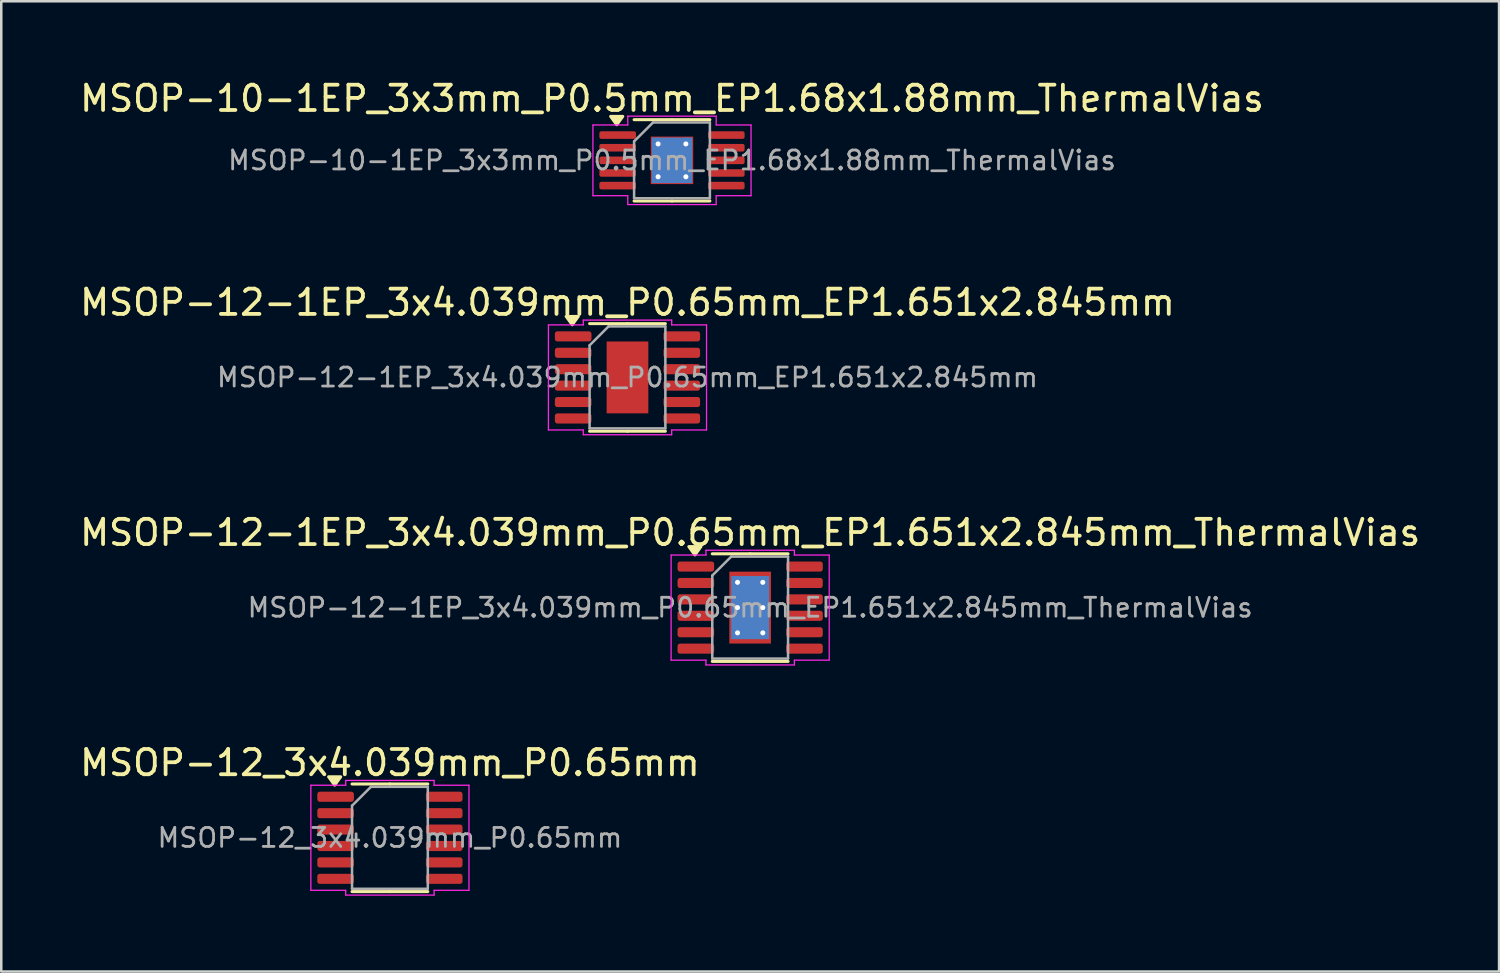
<source format=kicad_pcb>
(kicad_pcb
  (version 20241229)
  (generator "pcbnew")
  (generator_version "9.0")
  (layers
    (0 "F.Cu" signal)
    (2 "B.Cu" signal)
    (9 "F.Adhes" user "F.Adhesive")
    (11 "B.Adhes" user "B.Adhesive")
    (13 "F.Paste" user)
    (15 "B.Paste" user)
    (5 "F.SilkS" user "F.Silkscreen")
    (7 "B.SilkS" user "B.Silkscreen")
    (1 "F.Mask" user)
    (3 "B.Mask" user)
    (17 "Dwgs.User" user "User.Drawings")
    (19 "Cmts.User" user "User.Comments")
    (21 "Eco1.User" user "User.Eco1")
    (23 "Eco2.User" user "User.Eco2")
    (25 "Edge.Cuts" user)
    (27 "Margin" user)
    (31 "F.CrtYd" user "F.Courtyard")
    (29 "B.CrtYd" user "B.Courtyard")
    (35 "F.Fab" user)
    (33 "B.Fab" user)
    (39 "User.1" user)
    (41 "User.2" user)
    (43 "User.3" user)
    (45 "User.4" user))
  (footprint "MSOP-12_3x4.039mm_P0.65mm"
    (layer "F.Cu")
    (at 12.387 30.118)
    (property "Reference" "MSOP-12_3x4.039mm_P0.65mm" (at 0 -2.97 0) (layer "F.SilkS") (effects (font (size 1 1) (thickness 0.15))))
    (attr smd)
    (fp_line (start 0 -2.13) (end -1.5 -2.13) (stroke (width 0.12) (type solid)) (layer "F.SilkS"))
    (fp_line (start 0 -2.13) (end 1.5 -2.13) (stroke (width 0.12) (type solid)) (layer "F.SilkS"))
    (fp_line (start 0 2.13) (end -1.5 2.13) (stroke (width 0.12) (type solid)) (layer "F.SilkS"))
    (fp_line (start 0 2.13) (end 1.5 2.13) (stroke (width 0.12) (type solid)) (layer "F.SilkS"))
    (fp_poly (pts (xy -2.188 -2.085) (xy -2.428 -2.415) (xy -1.948 -2.415)) (stroke (width 0.12) (type solid)) (fill yes) (layer "F.SilkS"))
    (fp_line (start -3.13 -2.08) (end -1.75 -2.08) (stroke (width 0.05) (type solid)) (layer "F.CrtYd"))
    (fp_line (start -3.13 2.08) (end -3.13 -2.08) (stroke (width 0.05) (type solid)) (layer "F.CrtYd"))
    (fp_line (start -1.75 -2.27) (end 1.75 -2.27) (stroke (width 0.05) (type solid)) (layer "F.CrtYd"))
    (fp_line (start -1.75 -2.08) (end -1.75 -2.27) (stroke (width 0.05) (type solid)) (layer "F.CrtYd"))
    (fp_line (start -1.75 2.08) (end -3.13 2.08) (stroke (width 0.05) (type solid)) (layer "F.CrtYd"))
    (fp_line (start -1.75 2.27) (end -1.75 2.08) (stroke (width 0.05) (type solid)) (layer "F.CrtYd"))
    (fp_line (start 1.75 -2.27) (end 1.75 -2.08) (stroke (width 0.05) (type solid)) (layer "F.CrtYd"))
    (fp_line (start 1.75 -2.08) (end 3.13 -2.08) (stroke (width 0.05) (type solid)) (layer "F.CrtYd"))
    (fp_line (start 1.75 2.08) (end 1.75 2.27) (stroke (width 0.05) (type solid)) (layer "F.CrtYd"))
    (fp_line (start 1.75 2.27) (end -1.75 2.27) (stroke (width 0.05) (type solid)) (layer "F.CrtYd"))
    (fp_line (start 3.13 -2.08) (end 3.13 2.08) (stroke (width 0.05) (type solid)) (layer "F.CrtYd"))
    (fp_line (start 3.13 2.08) (end 1.75 2.08) (stroke (width 0.05) (type solid)) (layer "F.CrtYd"))
    (fp_line (start -1.5 -1.27) (end -0.75 -2.019) (stroke (width 0.1) (type solid)) (layer "F.Fab"))
    (fp_line (start -1.5 2.019) (end -1.5 -1.27) (stroke (width 0.1) (type solid)) (layer "F.Fab"))
    (fp_line (start -0.75 -2.019) (end 1.5 -2.019) (stroke (width 0.1) (type solid)) (layer "F.Fab"))
    (fp_line (start 1.5 -2.019) (end 1.5 2.019) (stroke (width 0.1) (type solid)) (layer "F.Fab"))
    (fp_line (start 1.5 2.019) (end -1.5 2.019) (stroke (width 0.1) (type solid)) (layer "F.Fab"))
    (fp_text user "${REFERENCE}" (at 0 0 0) (layer "F.Fab") (effects (font (size 0.75 0.75) (thickness 0.11))))
    (pad "1" smd roundrect (at -2.15 -1.625) (size 1.45 0.4) (layers "F.Cu" "F.Mask" "F.Paste") (roundrect_rratio 0.25))
    (pad "2" smd roundrect (at -2.15 -0.975) (size 1.45 0.4) (layers "F.Cu" "F.Mask" "F.Paste") (roundrect_rratio 0.25))
    (pad "3" smd roundrect (at -2.15 -0.325) (size 1.45 0.4) (layers "F.Cu" "F.Mask" "F.Paste") (roundrect_rratio 0.25))
    (pad "4" smd roundrect (at -2.15 0.325) (size 1.45 0.4) (layers "F.Cu" "F.Mask" "F.Paste") (roundrect_rratio 0.25))
    (pad "5" smd roundrect (at -2.15 0.975) (size 1.45 0.4) (layers "F.Cu" "F.Mask" "F.Paste") (roundrect_rratio 0.25))
    (pad "6" smd roundrect (at -2.15 1.625) (size 1.45 0.4) (layers "F.Cu" "F.Mask" "F.Paste") (roundrect_rratio 0.25))
    (pad "7" smd roundrect (at 2.15 1.625) (size 1.45 0.4) (layers "F.Cu" "F.Mask" "F.Paste") (roundrect_rratio 0.25))
    (pad "8" smd roundrect (at 2.15 0.975) (size 1.45 0.4) (layers "F.Cu" "F.Mask" "F.Paste") (roundrect_rratio 0.25))
    (pad "9" smd roundrect (at 2.15 0.325) (size 1.45 0.4) (layers "F.Cu" "F.Mask" "F.Paste") (roundrect_rratio 0.25))
    (pad "10" smd roundrect (at 2.15 -0.325) (size 1.45 0.4) (layers "F.Cu" "F.Mask" "F.Paste") (roundrect_rratio 0.25))
    (pad "11" smd roundrect (at 2.15 -0.975) (size 1.45 0.4) (layers "F.Cu" "F.Mask" "F.Paste") (roundrect_rratio 0.25))
    (pad "12" smd roundrect (at 2.15 -1.625) (size 1.45 0.4) (layers "F.Cu" "F.Mask" "F.Paste") (roundrect_rratio 0.25)))
  (footprint "MSOP-10-1EP_3x3mm_P0.5mm_EP1.68x1.88mm_ThermalVias"
    (layer "F.Cu")
    (at 23.554 3.298)
    (property "Reference" "MSOP-10-1EP_3x3mm_P0.5mm_EP1.68x1.88mm_ThermalVias" (at 0 -2.45 0) (layer "F.SilkS") (effects (font (size 1 1) (thickness 0.15))))
    (attr smd)
    (fp_line (start 0 -1.61) (end -1.5 -1.61) (stroke (width 0.12) (type solid)) (layer "F.SilkS"))
    (fp_line (start 0 -1.61) (end 1.5 -1.61) (stroke (width 0.12) (type solid)) (layer "F.SilkS"))
    (fp_line (start 0 1.61) (end -1.5 1.61) (stroke (width 0.12) (type solid)) (layer "F.SilkS"))
    (fp_line (start 0 1.61) (end 1.5 1.61) (stroke (width 0.12) (type solid)) (layer "F.SilkS"))
    (fp_poly (pts (xy -2.188 -1.41) (xy -2.428 -1.74) (xy -1.948 -1.74)) (stroke (width 0.12) (type solid)) (fill yes) (layer "F.SilkS"))
    (fp_line (start -3.13 -1.4) (end -1.75 -1.4) (stroke (width 0.05) (type solid)) (layer "F.CrtYd"))
    (fp_line (start -3.13 1.4) (end -3.13 -1.4) (stroke (width 0.05) (type solid)) (layer "F.CrtYd"))
    (fp_line (start -1.75 -1.75) (end 1.75 -1.75) (stroke (width 0.05) (type solid)) (layer "F.CrtYd"))
    (fp_line (start -1.75 -1.4) (end -1.75 -1.75) (stroke (width 0.05) (type solid)) (layer "F.CrtYd"))
    (fp_line (start -1.75 1.4) (end -3.13 1.4) (stroke (width 0.05) (type solid)) (layer "F.CrtYd"))
    (fp_line (start -1.75 1.75) (end -1.75 1.4) (stroke (width 0.05) (type solid)) (layer "F.CrtYd"))
    (fp_line (start 1.75 -1.75) (end 1.75 -1.4) (stroke (width 0.05) (type solid)) (layer "F.CrtYd"))
    (fp_line (start 1.75 -1.4) (end 3.13 -1.4) (stroke (width 0.05) (type solid)) (layer "F.CrtYd"))
    (fp_line (start 1.75 1.4) (end 1.75 1.75) (stroke (width 0.05) (type solid)) (layer "F.CrtYd"))
    (fp_line (start 1.75 1.75) (end -1.75 1.75) (stroke (width 0.05) (type solid)) (layer "F.CrtYd"))
    (fp_line (start 3.13 -1.4) (end 3.13 1.4) (stroke (width 0.05) (type solid)) (layer "F.CrtYd"))
    (fp_line (start 3.13 1.4) (end 1.75 1.4) (stroke (width 0.05) (type solid)) (layer "F.CrtYd"))
    (fp_line (start -1.5 -0.75) (end -0.75 -1.5) (stroke (width 0.1) (type solid)) (layer "F.Fab"))
    (fp_line (start -1.5 1.5) (end -1.5 -0.75) (stroke (width 0.1) (type solid)) (layer "F.Fab"))
    (fp_line (start -0.75 -1.5) (end 1.5 -1.5) (stroke (width 0.1) (type solid)) (layer "F.Fab"))
    (fp_line (start 1.5 -1.5) (end 1.5 1.5) (stroke (width 0.1) (type solid)) (layer "F.Fab"))
    (fp_line (start 1.5 1.5) (end -1.5 1.5) (stroke (width 0.1) (type solid)) (layer "F.Fab"))
    (fp_text user "${REFERENCE}" (at 0 0 0) (layer "F.Fab") (effects (font (size 0.75 0.75) (thickness 0.11))))
    (pad "" smd roundrect (at -0.42 -0.47) (size 0.7 0.79) (layers "F.Paste") (roundrect_rratio 0.25))
    (pad "" smd roundrect (at -0.42 0.47) (size 0.7 0.79) (layers "F.Paste") (roundrect_rratio 0.25))
    (pad "" smd roundrect (at 0.42 -0.47) (size 0.7 0.79) (layers "F.Paste") (roundrect_rratio 0.25))
    (pad "" smd roundrect (at 0.42 0.47) (size 0.7 0.79) (layers "F.Paste") (roundrect_rratio 0.25))
    (pad "1" smd roundrect (at -2.15 -1) (size 1.45 0.3) (layers "F.Cu" "F.Mask" "F.Paste") (roundrect_rratio 0.25))
    (pad "2" smd roundrect (at -2.15 -0.5) (size 1.45 0.3) (layers "F.Cu" "F.Mask" "F.Paste") (roundrect_rratio 0.25))
    (pad "3" smd roundrect (at -2.15 0) (size 1.45 0.3) (layers "F.Cu" "F.Mask" "F.Paste") (roundrect_rratio 0.25))
    (pad "4" smd roundrect (at -2.15 0.5) (size 1.45 0.3) (layers "F.Cu" "F.Mask" "F.Paste") (roundrect_rratio 0.25))
    (pad "5" smd roundrect (at -2.15 1) (size 1.45 0.3) (layers "F.Cu" "F.Mask" "F.Paste") (roundrect_rratio 0.25))
    (pad "6" smd roundrect (at 2.15 1) (size 1.45 0.3) (layers "F.Cu" "F.Mask" "F.Paste") (roundrect_rratio 0.25))
    (pad "7" smd roundrect (at 2.15 0.5) (size 1.45 0.3) (layers "F.Cu" "F.Mask" "F.Paste") (roundrect_rratio 0.25))
    (pad "8" smd roundrect (at 2.15 0) (size 1.45 0.3) (layers "F.Cu" "F.Mask" "F.Paste") (roundrect_rratio 0.25))
    (pad "9" smd roundrect (at 2.15 -0.5) (size 1.45 0.3) (layers "F.Cu" "F.Mask" "F.Paste") (roundrect_rratio 0.25))
    (pad "10" smd roundrect (at 2.15 -1) (size 1.45 0.3) (layers "F.Cu" "F.Mask" "F.Paste") (roundrect_rratio 0.25))
    (pad "11" thru_hole circle (at -0.55 -0.65) (size 0.5 0.5) (drill 0.2) (property pad_prop_heatsink) (layers "*.Cu"))
    (pad "11" thru_hole circle (at -0.55 0.65) (size 0.5 0.5) (drill 0.2) (property pad_prop_heatsink) (layers "*.Cu"))
    (pad "11" smd rect (at 0 0) (size 1.6 1.8) (property pad_prop_heatsink) (layers "B.Cu"))
    (pad "11" smd rect (at 0 0) (size 1.68 1.88) (property pad_prop_heatsink) (layers "F.Cu" "F.Mask"))
    (pad "11" thru_hole circle (at 0.55 -0.65) (size 0.5 0.5) (drill 0.2) (property pad_prop_heatsink) (layers "*.Cu"))
    (pad "11" thru_hole circle (at 0.55 0.65) (size 0.5 0.5) (drill 0.2) (property pad_prop_heatsink) (layers "*.Cu")))
  (footprint "MSOP-12-1EP_3x4.039mm_P0.65mm_EP1.651x2.845mm_ThermalVias"
    (layer "F.Cu")
    (at 26.649 21.005)
    (property "Reference" "MSOP-12-1EP_3x4.039mm_P0.65mm_EP1.651x2.845mm_ThermalVias" (at 0 -2.97 0) (layer "F.SilkS") (effects (font (size 1 1) (thickness 0.15))))
    (attr smd)
    (fp_line (start 0 -2.13) (end -1.5 -2.13) (stroke (width 0.12) (type solid)) (layer "F.SilkS"))
    (fp_line (start 0 -2.13) (end 1.5 -2.13) (stroke (width 0.12) (type solid)) (layer "F.SilkS"))
    (fp_line (start 0 2.13) (end -1.5 2.13) (stroke (width 0.12) (type solid)) (layer "F.SilkS"))
    (fp_line (start 0 2.13) (end 1.5 2.13) (stroke (width 0.12) (type solid)) (layer "F.SilkS"))
    (fp_poly (pts (xy -2.188 -2.085) (xy -2.428 -2.415) (xy -1.948 -2.415)) (stroke (width 0.12) (type solid)) (fill yes) (layer "F.SilkS"))
    (fp_line (start -3.13 -2.08) (end -1.75 -2.08) (stroke (width 0.05) (type solid)) (layer "F.CrtYd"))
    (fp_line (start -3.13 2.08) (end -3.13 -2.08) (stroke (width 0.05) (type solid)) (layer "F.CrtYd"))
    (fp_line (start -1.75 -2.27) (end 1.75 -2.27) (stroke (width 0.05) (type solid)) (layer "F.CrtYd"))
    (fp_line (start -1.75 -2.08) (end -1.75 -2.27) (stroke (width 0.05) (type solid)) (layer "F.CrtYd"))
    (fp_line (start -1.75 2.08) (end -3.13 2.08) (stroke (width 0.05) (type solid)) (layer "F.CrtYd"))
    (fp_line (start -1.75 2.27) (end -1.75 2.08) (stroke (width 0.05) (type solid)) (layer "F.CrtYd"))
    (fp_line (start 1.75 -2.27) (end 1.75 -2.08) (stroke (width 0.05) (type solid)) (layer "F.CrtYd"))
    (fp_line (start 1.75 -2.08) (end 3.13 -2.08) (stroke (width 0.05) (type solid)) (layer "F.CrtYd"))
    (fp_line (start 1.75 2.08) (end 1.75 2.27) (stroke (width 0.05) (type solid)) (layer "F.CrtYd"))
    (fp_line (start 1.75 2.27) (end -1.75 2.27) (stroke (width 0.05) (type solid)) (layer "F.CrtYd"))
    (fp_line (start 3.13 -2.08) (end 3.13 2.08) (stroke (width 0.05) (type solid)) (layer "F.CrtYd"))
    (fp_line (start 3.13 2.08) (end 1.75 2.08) (stroke (width 0.05) (type solid)) (layer "F.CrtYd"))
    (fp_line (start -1.5 -1.27) (end -0.75 -2.019) (stroke (width 0.1) (type solid)) (layer "F.Fab"))
    (fp_line (start -1.5 2.019) (end -1.5 -1.27) (stroke (width 0.1) (type solid)) (layer "F.Fab"))
    (fp_line (start -0.75 -2.019) (end 1.5 -2.019) (stroke (width 0.1) (type solid)) (layer "F.Fab"))
    (fp_line (start 1.5 -2.019) (end 1.5 2.019) (stroke (width 0.1) (type solid)) (layer "F.Fab"))
    (fp_line (start 1.5 2.019) (end -1.5 2.019) (stroke (width 0.1) (type solid)) (layer "F.Fab"))
    (fp_text user "${REFERENCE}" (at 0 0 0) (layer "F.Fab") (effects (font (size 0.75 0.75) (thickness 0.11))))
    (pad "" smd roundrect (at -0.415 -0.71) (size 0.69 1.19) (layers "F.Paste") (roundrect_rratio 0.25))
    (pad "" smd roundrect (at -0.415 0.71) (size 0.69 1.19) (layers "F.Paste") (roundrect_rratio 0.25))
    (pad "" smd roundrect (at 0.415 -0.71) (size 0.69 1.19) (layers "F.Paste") (roundrect_rratio 0.25))
    (pad "" smd roundrect (at 0.415 0.71) (size 0.69 1.19) (layers "F.Paste") (roundrect_rratio 0.25))
    (pad "1" smd roundrect (at -2.15 -1.625) (size 1.45 0.4) (layers "F.Cu" "F.Mask" "F.Paste") (roundrect_rratio 0.25))
    (pad "2" smd roundrect (at -2.15 -0.975) (size 1.45 0.4) (layers "F.Cu" "F.Mask" "F.Paste") (roundrect_rratio 0.25))
    (pad "3" smd roundrect (at -2.15 -0.325) (size 1.45 0.4) (layers "F.Cu" "F.Mask" "F.Paste") (roundrect_rratio 0.25))
    (pad "4" smd roundrect (at -2.15 0.325) (size 1.45 0.4) (layers "F.Cu" "F.Mask" "F.Paste") (roundrect_rratio 0.25))
    (pad "5" smd roundrect (at -2.15 0.975) (size 1.45 0.4) (layers "F.Cu" "F.Mask" "F.Paste") (roundrect_rratio 0.25))
    (pad "6" smd roundrect (at -2.15 1.625) (size 1.45 0.4) (layers "F.Cu" "F.Mask" "F.Paste") (roundrect_rratio 0.25))
    (pad "7" smd roundrect (at 2.15 1.625) (size 1.45 0.4) (layers "F.Cu" "F.Mask" "F.Paste") (roundrect_rratio 0.25))
    (pad "8" smd roundrect (at 2.15 0.975) (size 1.45 0.4) (layers "F.Cu" "F.Mask" "F.Paste") (roundrect_rratio 0.25))
    (pad "9" smd roundrect (at 2.15 0.325) (size 1.45 0.4) (layers "F.Cu" "F.Mask" "F.Paste") (roundrect_rratio 0.25))
    (pad "10" smd roundrect (at 2.15 -0.325) (size 1.45 0.4) (layers "F.Cu" "F.Mask" "F.Paste") (roundrect_rratio 0.25))
    (pad "11" smd roundrect (at 2.15 -0.975) (size 1.45 0.4) (layers "F.Cu" "F.Mask" "F.Paste") (roundrect_rratio 0.25))
    (pad "12" smd roundrect (at 2.15 -1.625) (size 1.45 0.4) (layers "F.Cu" "F.Mask" "F.Paste") (roundrect_rratio 0.25))
    (pad "13" thru_hole circle (at -0.5 -1) (size 0.5 0.5) (drill 0.2) (property pad_prop_heatsink) (layers "*.Cu"))
    (pad "13" thru_hole circle (at -0.5 0) (size 0.5 0.5) (drill 0.2) (property pad_prop_heatsink) (layers "*.Cu"))
    (pad "13" thru_hole circle (at -0.5 1) (size 0.5 0.5) (drill 0.2) (property pad_prop_heatsink) (layers "*.Cu"))
    (pad "13" smd rect (at 0 0) (size 1.5 2.5) (property pad_prop_heatsink) (layers "B.Cu"))
    (pad "13" smd rect (at 0 0) (size 1.651 2.845) (property pad_prop_heatsink) (layers "F.Cu" "F.Mask"))
    (pad "13" thru_hole circle (at 0.5 -1) (size 0.5 0.5) (drill 0.2) (property pad_prop_heatsink) (layers "*.Cu"))
    (pad "13" thru_hole circle (at 0.5 0) (size 0.5 0.5) (drill 0.2) (property pad_prop_heatsink) (layers "*.Cu"))
    (pad "13" thru_hole circle (at 0.5 1) (size 0.5 0.5) (drill 0.2) (property pad_prop_heatsink) (layers "*.Cu")))
  (footprint "MSOP-12-1EP_3x4.039mm_P0.65mm_EP1.651x2.845mm"
    (layer "F.Cu")
    (at 21.792 11.892)
    (property "Reference" "MSOP-12-1EP_3x4.039mm_P0.65mm_EP1.651x2.845mm" (at 0 -2.97 0) (layer "F.SilkS") (effects (font (size 1 1) (thickness 0.15))))
    (attr smd)
    (fp_line (start 0 -2.13) (end -1.5 -2.13) (stroke (width 0.12) (type solid)) (layer "F.SilkS"))
    (fp_line (start 0 -2.13) (end 1.5 -2.13) (stroke (width 0.12) (type solid)) (layer "F.SilkS"))
    (fp_line (start 0 2.13) (end -1.5 2.13) (stroke (width 0.12) (type solid)) (layer "F.SilkS"))
    (fp_line (start 0 2.13) (end 1.5 2.13) (stroke (width 0.12) (type solid)) (layer "F.SilkS"))
    (fp_poly (pts (xy -2.188 -2.085) (xy -2.428 -2.415) (xy -1.948 -2.415)) (stroke (width 0.12) (type solid)) (fill yes) (layer "F.SilkS"))
    (fp_line (start -3.13 -2.08) (end -1.75 -2.08) (stroke (width 0.05) (type solid)) (layer "F.CrtYd"))
    (fp_line (start -3.13 2.08) (end -3.13 -2.08) (stroke (width 0.05) (type solid)) (layer "F.CrtYd"))
    (fp_line (start -1.75 -2.27) (end 1.75 -2.27) (stroke (width 0.05) (type solid)) (layer "F.CrtYd"))
    (fp_line (start -1.75 -2.08) (end -1.75 -2.27) (stroke (width 0.05) (type solid)) (layer "F.CrtYd"))
    (fp_line (start -1.75 2.08) (end -3.13 2.08) (stroke (width 0.05) (type solid)) (layer "F.CrtYd"))
    (fp_line (start -1.75 2.27) (end -1.75 2.08) (stroke (width 0.05) (type solid)) (layer "F.CrtYd"))
    (fp_line (start 1.75 -2.27) (end 1.75 -2.08) (stroke (width 0.05) (type solid)) (layer "F.CrtYd"))
    (fp_line (start 1.75 -2.08) (end 3.13 -2.08) (stroke (width 0.05) (type solid)) (layer "F.CrtYd"))
    (fp_line (start 1.75 2.08) (end 1.75 2.27) (stroke (width 0.05) (type solid)) (layer "F.CrtYd"))
    (fp_line (start 1.75 2.27) (end -1.75 2.27) (stroke (width 0.05) (type solid)) (layer "F.CrtYd"))
    (fp_line (start 3.13 -2.08) (end 3.13 2.08) (stroke (width 0.05) (type solid)) (layer "F.CrtYd"))
    (fp_line (start 3.13 2.08) (end 1.75 2.08) (stroke (width 0.05) (type solid)) (layer "F.CrtYd"))
    (fp_line (start -1.5 -1.27) (end -0.75 -2.019) (stroke (width 0.1) (type solid)) (layer "F.Fab"))
    (fp_line (start -1.5 2.019) (end -1.5 -1.27) (stroke (width 0.1) (type solid)) (layer "F.Fab"))
    (fp_line (start -0.75 -2.019) (end 1.5 -2.019) (stroke (width 0.1) (type solid)) (layer "F.Fab"))
    (fp_line (start 1.5 -2.019) (end 1.5 2.019) (stroke (width 0.1) (type solid)) (layer "F.Fab"))
    (fp_line (start 1.5 2.019) (end -1.5 2.019) (stroke (width 0.1) (type solid)) (layer "F.Fab"))
    (fp_text user "${REFERENCE}" (at 0 0 0) (layer "F.Fab") (effects (font (size 0.75 0.75) (thickness 0.11))))
    (pad "" smd roundrect (at -0.415 -0.71) (size 0.67 1.15) (layers "F.Paste") (roundrect_rratio 0.25))
    (pad "" smd roundrect (at -0.415 0.71) (size 0.67 1.15) (layers "F.Paste") (roundrect_rratio 0.25))
    (pad "" smd roundrect (at 0.415 -0.71) (size 0.67 1.15) (layers "F.Paste") (roundrect_rratio 0.25))
    (pad "" smd roundrect (at 0.415 0.71) (size 0.67 1.15) (layers "F.Paste") (roundrect_rratio 0.25))
    (pad "1" smd roundrect (at -2.15 -1.625) (size 1.45 0.4) (layers "F.Cu" "F.Mask" "F.Paste") (roundrect_rratio 0.25))
    (pad "2" smd roundrect (at -2.15 -0.975) (size 1.45 0.4) (layers "F.Cu" "F.Mask" "F.Paste") (roundrect_rratio 0.25))
    (pad "3" smd roundrect (at -2.15 -0.325) (size 1.45 0.4) (layers "F.Cu" "F.Mask" "F.Paste") (roundrect_rratio 0.25))
    (pad "4" smd roundrect (at -2.15 0.325) (size 1.45 0.4) (layers "F.Cu" "F.Mask" "F.Paste") (roundrect_rratio 0.25))
    (pad "5" smd roundrect (at -2.15 0.975) (size 1.45 0.4) (layers "F.Cu" "F.Mask" "F.Paste") (roundrect_rratio 0.25))
    (pad "6" smd roundrect (at -2.15 1.625) (size 1.45 0.4) (layers "F.Cu" "F.Mask" "F.Paste") (roundrect_rratio 0.25))
    (pad "7" smd roundrect (at 2.15 1.625) (size 1.45 0.4) (layers "F.Cu" "F.Mask" "F.Paste") (roundrect_rratio 0.25))
    (pad "8" smd roundrect (at 2.15 0.975) (size 1.45 0.4) (layers "F.Cu" "F.Mask" "F.Paste") (roundrect_rratio 0.25))
    (pad "9" smd roundrect (at 2.15 0.325) (size 1.45 0.4) (layers "F.Cu" "F.Mask" "F.Paste") (roundrect_rratio 0.25))
    (pad "10" smd roundrect (at 2.15 -0.325) (size 1.45 0.4) (layers "F.Cu" "F.Mask" "F.Paste") (roundrect_rratio 0.25))
    (pad "11" smd roundrect (at 2.15 -0.975) (size 1.45 0.4) (layers "F.Cu" "F.Mask" "F.Paste") (roundrect_rratio 0.25))
    (pad "12" smd roundrect (at 2.15 -1.625) (size 1.45 0.4) (layers "F.Cu" "F.Mask" "F.Paste") (roundrect_rratio 0.25))
    (pad "13" smd rect (at 0 0) (size 1.651 2.845) (property pad_prop_heatsink) (layers "F.Cu" "F.Mask")))
  (gr_rect
    (start -3 -3)
    (end 56.298 35.413)
    (stroke (width 0.1) (type default))
    (fill no)
    (layer "Edge.Cuts")))
</source>
